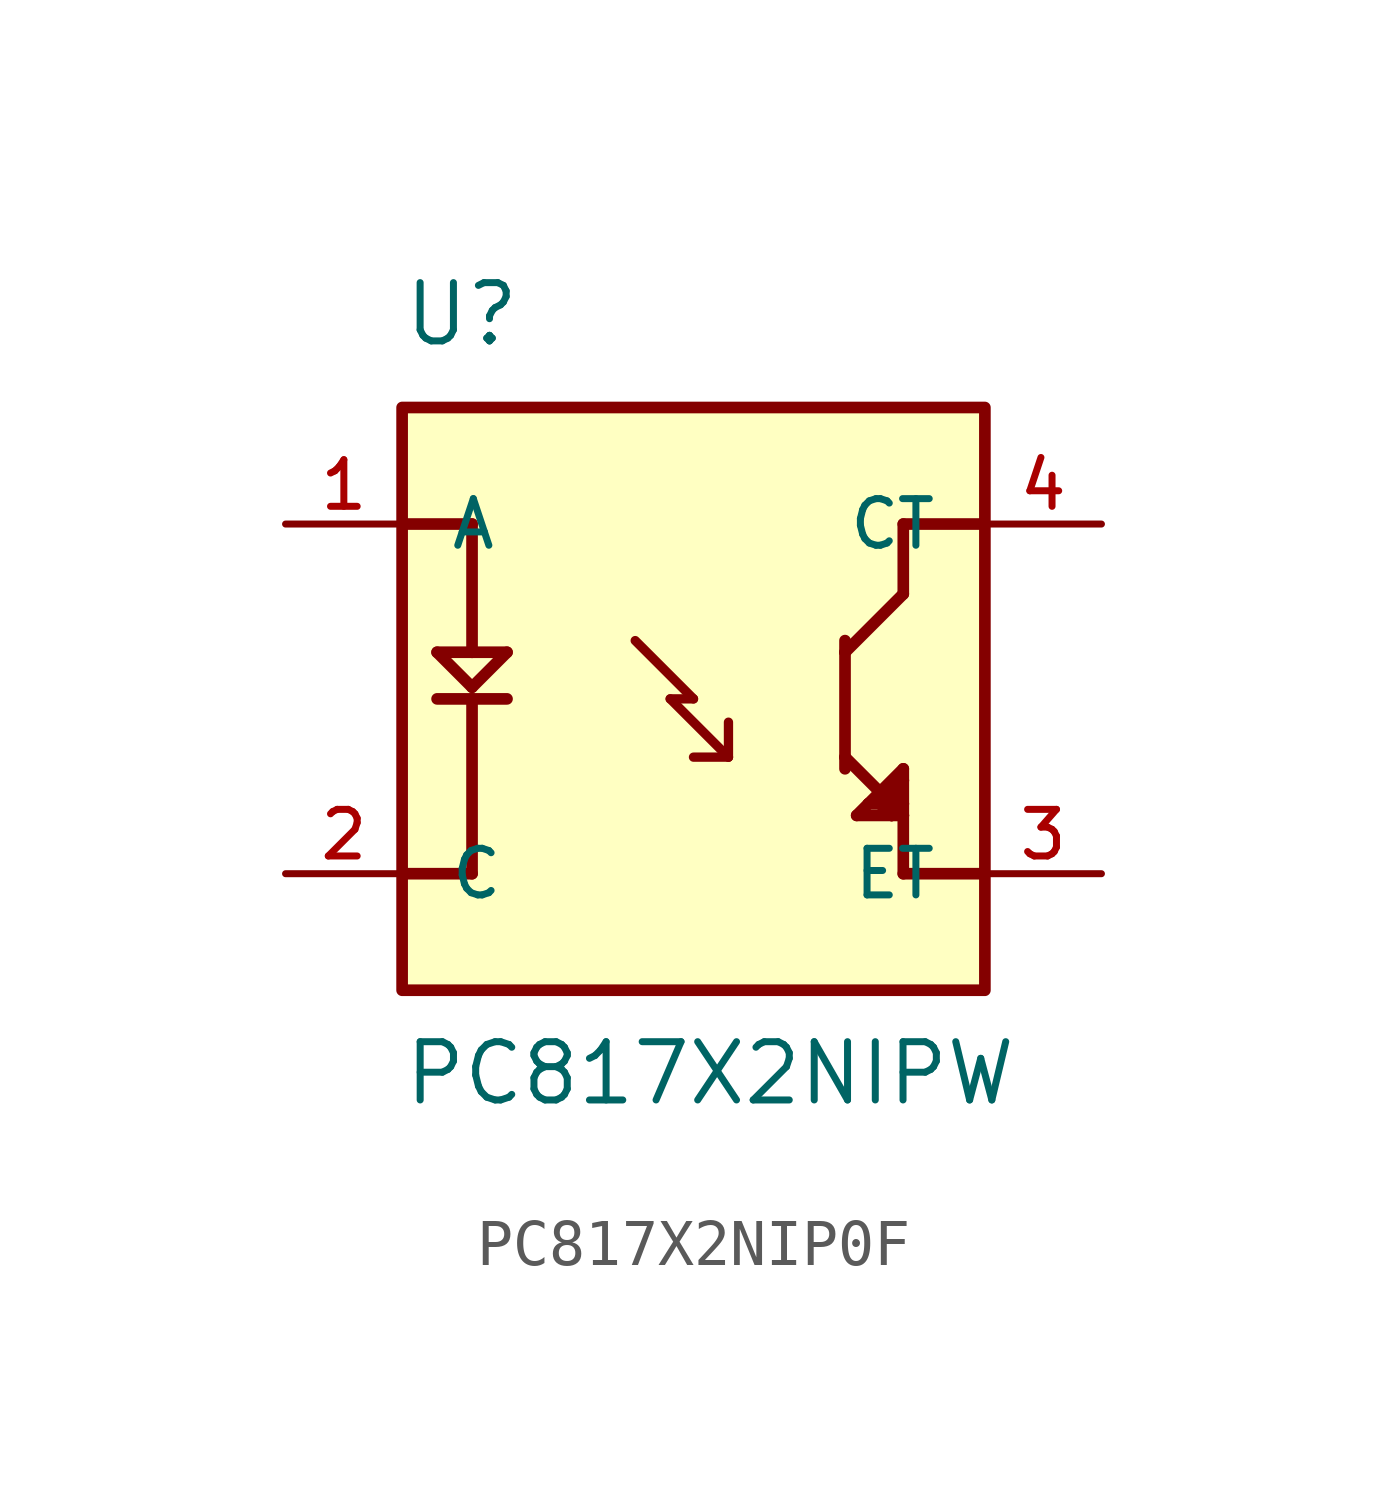
<source format=kicad_sym>
(kicad_symbol_lib
  (version 20220914)
  (generator kicad_symbol_editor)
  (symbol "PC817X2NIP0F"
    (pin_names
      (offset 1.016))
    (property "Reference" "U"
      (at -5.09 8.908 0)
      (effects (font (size 1.27 1.27)) (justify left bottom)))
    (property "Value" "PC817X2NIPW"
      (at -5.089 -7.634 0)
      (effects (font (size 1.27 1.27)) (justify left bottom)))
    (symbol "PC817X2NIP0F_0_0"
      (rectangle (start -5.08 -5.08) (end 7.62 7.62) (stroke (width 0.254) (type default)) (fill (type background)))
      (polyline (pts (xy -5.08 5.08) (xy -3.556 5.08)) (stroke (width 0.254) (type default)) (fill (type none)))
      (polyline (pts (xy -4.318 1.27) (xy -2.794 1.27)) (stroke (width 0.254) (type default)) (fill (type none)))
      (polyline (pts (xy -4.318 2.286) (xy -3.556 1.524)) (stroke (width 0.254) (type default)) (fill (type none)))
      (polyline (pts (xy -3.556 -2.54) (xy -5.08 -2.54)) (stroke (width 0.254) (type default)) (fill (type none)))
      (polyline (pts (xy -3.556 1.27) (xy -3.556 -2.54)) (stroke (width 0.254) (type default)) (fill (type none)))
      (polyline (pts (xy -3.556 1.524) (xy -2.794 2.286)) (stroke (width 0.254) (type default)) (fill (type none)))
      (polyline (pts (xy -3.556 2.286) (xy -4.318 2.286)) (stroke (width 0.254) (type default)) (fill (type none)))
      (polyline (pts (xy -3.556 2.286) (xy -2.794 2.286)) (stroke (width 0.254) (type default)) (fill (type none)))
      (polyline (pts (xy -3.556 5.08) (xy -3.556 2.286)) (stroke (width 0.254) (type default)) (fill (type none)))
      (polyline (pts (xy 0 2.54) (xy 1.27 1.27)) (stroke (width 0.203) (type default)) (fill (type none)))
      (polyline (pts (xy 0.762 1.27) (xy 2.032 0)) (stroke (width 0.203) (type default)) (fill (type none)))
      (polyline (pts (xy 1.27 1.27) (xy 0.762 1.27)) (stroke (width 0.203) (type default)) (fill (type none)))
      (polyline (pts (xy 2.032 0) (xy 1.27 0)) (stroke (width 0.203) (type default)) (fill (type none)))
      (polyline (pts (xy 2.032 0) (xy 2.032 0.762)) (stroke (width 0.203) (type default)) (fill (type none)))
      (polyline (pts (xy 4.572 0) (xy 4.572 -0.254)) (stroke (width 0.254) (type default)) (fill (type none)))
      (polyline (pts (xy 4.572 0) (xy 5.842 -1.27)) (stroke (width 0.254) (type default)) (fill (type none)))
      (polyline (pts (xy 4.572 2.286) (xy 4.572 0)) (stroke (width 0.254) (type default)) (fill (type none)))
      (polyline (pts (xy 4.572 2.286) (xy 4.572 2.54)) (stroke (width 0.254) (type default)) (fill (type none)))
      (polyline (pts (xy 4.826 -1.27) (xy 5.588 -1.27)) (stroke (width 0.254) (type default)) (fill (type none)))
      (polyline (pts (xy 5.08 -1.016) (xy 4.826 -1.27)) (stroke (width 0.254) (type default)) (fill (type none)))
      (polyline (pts (xy 5.08 -1.016) (xy 5.334 -1.016)) (stroke (width 0.254) (type default)) (fill (type none)))
      (polyline (pts (xy 5.334 -1.016) (xy 5.588 -1.27)) (stroke (width 0.254) (type default)) (fill (type none)))
      (polyline (pts (xy 5.588 -1.27) (xy 5.588 -0.762)) (stroke (width 0.254) (type default)) (fill (type none)))
      (polyline (pts (xy 5.588 -1.27) (xy 5.842 -1.27)) (stroke (width 0.254) (type default)) (fill (type none)))
      (polyline (pts (xy 5.588 -0.762) (xy 5.334 -1.016)) (stroke (width 0.254) (type default)) (fill (type none)))
      (polyline (pts (xy 5.588 -0.762) (xy 5.842 -0.508)) (stroke (width 0.254) (type default)) (fill (type none)))
      (polyline (pts (xy 5.842 -2.54) (xy 7.62 -2.54)) (stroke (width 0.254) (type default)) (fill (type none)))
      (polyline (pts (xy 5.842 -1.27) (xy 5.842 -2.54)) (stroke (width 0.254) (type default)) (fill (type none)))
      (polyline (pts (xy 5.842 -1.27) (xy 5.842 -1.016)) (stroke (width 0.254) (type default)) (fill (type none)))
      (polyline (pts (xy 5.842 -1.016) (xy 5.588 -0.762)) (stroke (width 0.254) (type default)) (fill (type none)))
      (polyline (pts (xy 5.842 -1.016) (xy 5.842 -0.508)) (stroke (width 0.254) (type default)) (fill (type none)))
      (polyline (pts (xy 5.842 -0.508) (xy 5.842 -0.254)) (stroke (width 0.254) (type default)) (fill (type none)))
      (polyline (pts (xy 5.842 -0.254) (xy 5.08 -1.016)) (stroke (width 0.254) (type default)) (fill (type none)))
      (polyline (pts (xy 5.842 3.556) (xy 4.572 2.286)) (stroke (width 0.254) (type default)) (fill (type none)))
      (polyline (pts (xy 5.842 5.08) (xy 5.842 3.556)) (stroke (width 0.254) (type default)) (fill (type none)))
      (polyline (pts (xy 7.62 5.08) (xy 5.842 5.08)) (stroke (width 0.254) (type default)) (fill (type none)))
      (pin passive line (at -7.62 5.08 0) (length 2.54) (name "A" (effects (font (size 1.016 1.016)))) (number "1" (effects (font (size 1.016 1.016)))))
      (pin passive line (at -7.62 -2.54 0) (length 2.54) (name "C" (effects (font (size 1.016 1.016)))) (number "2" (effects (font (size 1.016 1.016)))))
      (pin passive line (at 10.16 -2.54 180) (length 2.54) (name "ET" (effects (font (size 1.016 1.016)))) (number "3" (effects (font (size 1.016 1.016)))))
      (pin passive line (at 10.16 5.08 180) (length 2.54) (name "CT" (effects (font (size 1.016 1.016)))) (number "4" (effects (font (size 1.016 1.016))))))))
</source>
